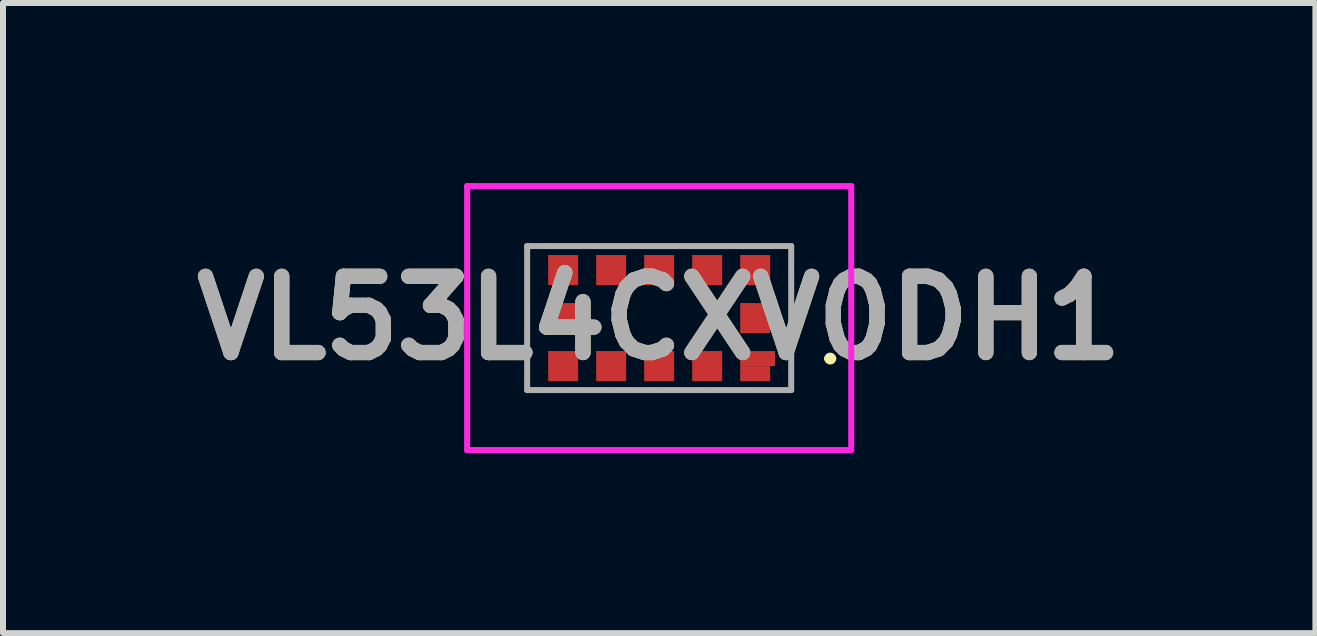
<source format=kicad_pcb>
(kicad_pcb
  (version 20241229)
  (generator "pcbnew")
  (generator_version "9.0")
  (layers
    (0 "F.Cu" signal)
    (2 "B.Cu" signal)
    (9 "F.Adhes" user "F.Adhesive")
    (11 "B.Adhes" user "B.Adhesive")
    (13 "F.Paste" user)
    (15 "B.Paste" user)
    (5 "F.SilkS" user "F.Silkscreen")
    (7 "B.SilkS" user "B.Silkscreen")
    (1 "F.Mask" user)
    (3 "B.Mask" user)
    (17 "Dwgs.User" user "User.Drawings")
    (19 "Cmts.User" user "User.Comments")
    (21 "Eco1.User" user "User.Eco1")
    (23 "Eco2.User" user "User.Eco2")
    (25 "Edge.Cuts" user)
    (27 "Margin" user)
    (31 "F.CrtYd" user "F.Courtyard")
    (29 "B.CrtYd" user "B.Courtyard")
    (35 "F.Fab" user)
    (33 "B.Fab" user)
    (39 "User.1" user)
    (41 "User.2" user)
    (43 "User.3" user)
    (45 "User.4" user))
  (footprint "VL53L4CXV0DH1"
    (layer "F.Cu")
    (at 7.934 2.25)
    (property "Reference" "VL53L4CXV0DH1" (at 0 0 0) (layer "F.SilkS") (effects (font (size 1.27 1.27) (thickness 0.254))))
    (attr smd)
    (fp_line (start 2.8 0.675) (end 2.8 0.675) (stroke (width 0.1) (type solid)) (layer "F.SilkS"))
    (fp_line (start 2.9 0.675) (end 2.9 0.675) (stroke (width 0.1) (type solid)) (layer "F.SilkS"))
    (fp_arc (start 2.8 0.675) (mid 2.85 0.625) (end 2.9 0.675) (stroke (width 0.1) (type solid)) (layer "F.SilkS"))
    (fp_arc (start 2.9 0.675) (mid 2.85 0.725) (end 2.8 0.675) (stroke (width 0.1) (type solid)) (layer "F.SilkS"))
    (fp_line (start -3.2 -2.2) (end 3.2 -2.2) (stroke (width 0.1) (type solid)) (layer "F.CrtYd"))
    (fp_line (start -3.2 2.2) (end -3.2 -2.2) (stroke (width 0.1) (type solid)) (layer "F.CrtYd"))
    (fp_line (start 3.2 -2.2) (end 3.2 2.2) (stroke (width 0.1) (type solid)) (layer "F.CrtYd"))
    (fp_line (start 3.2 2.2) (end -3.2 2.2) (stroke (width 0.1) (type solid)) (layer "F.CrtYd"))
    (fp_line (start -2.2 -1.2) (end -2.2 1.2) (stroke (width 0.1) (type solid)) (layer "F.Fab"))
    (fp_line (start -2.2 1.2) (end 2.2 1.2) (stroke (width 0.1) (type solid)) (layer "F.Fab"))
    (fp_line (start 2.2 -1.2) (end -2.2 -1.2) (stroke (width 0.1) (type solid)) (layer "F.Fab"))
    (fp_line (start 2.2 1.2) (end 2.2 -1.2) (stroke (width 0.1) (type solid)) (layer "F.Fab"))
    (fp_text user "${REFERENCE}" (at 0 0 0) (layer "F.Fab") (effects (font (size 1.27 1.27) (thickness 0.254))))
    (pad "1" smd rect (at 1.64 0.675 90) (size 0.25 0.58) (layers "F.Cu" "F.Mask" "F.Paste"))
    (pad "2" smd rect (at 0.8 0.8 90) (size 0.5 0.5) (layers "F.Cu" "F.Mask" "F.Paste"))
    (pad "3" smd rect (at 0 0.8 90) (size 0.5 0.5) (layers "F.Cu" "F.Mask" "F.Paste"))
    (pad "4" smd rect (at -0.8 0.8 90) (size 0.5 0.5) (layers "F.Cu" "F.Mask" "F.Paste"))
    (pad "5" smd rect (at -1.6 0.8 90) (size 0.5 0.5) (layers "F.Cu" "F.Mask" "F.Paste"))
    (pad "6" smd rect (at -1.6 0 90) (size 0.5 0.5) (layers "F.Cu" "F.Mask" "F.Paste"))
    (pad "7" smd rect (at -1.6 -0.8 90) (size 0.5 0.5) (layers "F.Cu" "F.Mask" "F.Paste"))
    (pad "8" smd rect (at -0.8 -0.8 90) (size 0.5 0.5) (layers "F.Cu" "F.Mask" "F.Paste"))
    (pad "9" smd rect (at 0 -0.8 90) (size 0.5 0.5) (layers "F.Cu" "F.Mask" "F.Paste"))
    (pad "10" smd rect (at 0.8 -0.8 90) (size 0.5 0.5) (layers "F.Cu" "F.Mask" "F.Paste"))
    (pad "11" smd rect (at 1.6 -0.8 90) (size 0.5 0.5) (layers "F.Cu" "F.Mask" "F.Paste"))
    (pad "12" smd rect (at 1.6 0 90) (size 0.5 0.5) (layers "F.Cu" "F.Mask" "F.Paste"))
    (pad "13" smd rect (at 1.6 0.925 90) (size 0.25 0.5) (layers "F.Cu" "F.Mask" "F.Paste")))
  (gr_rect
    (start -3 -3)
    (end 18.869 7.5)
    (stroke (width 0.1) (type default))
    (fill no)
    (layer "Edge.Cuts")))
</source>
